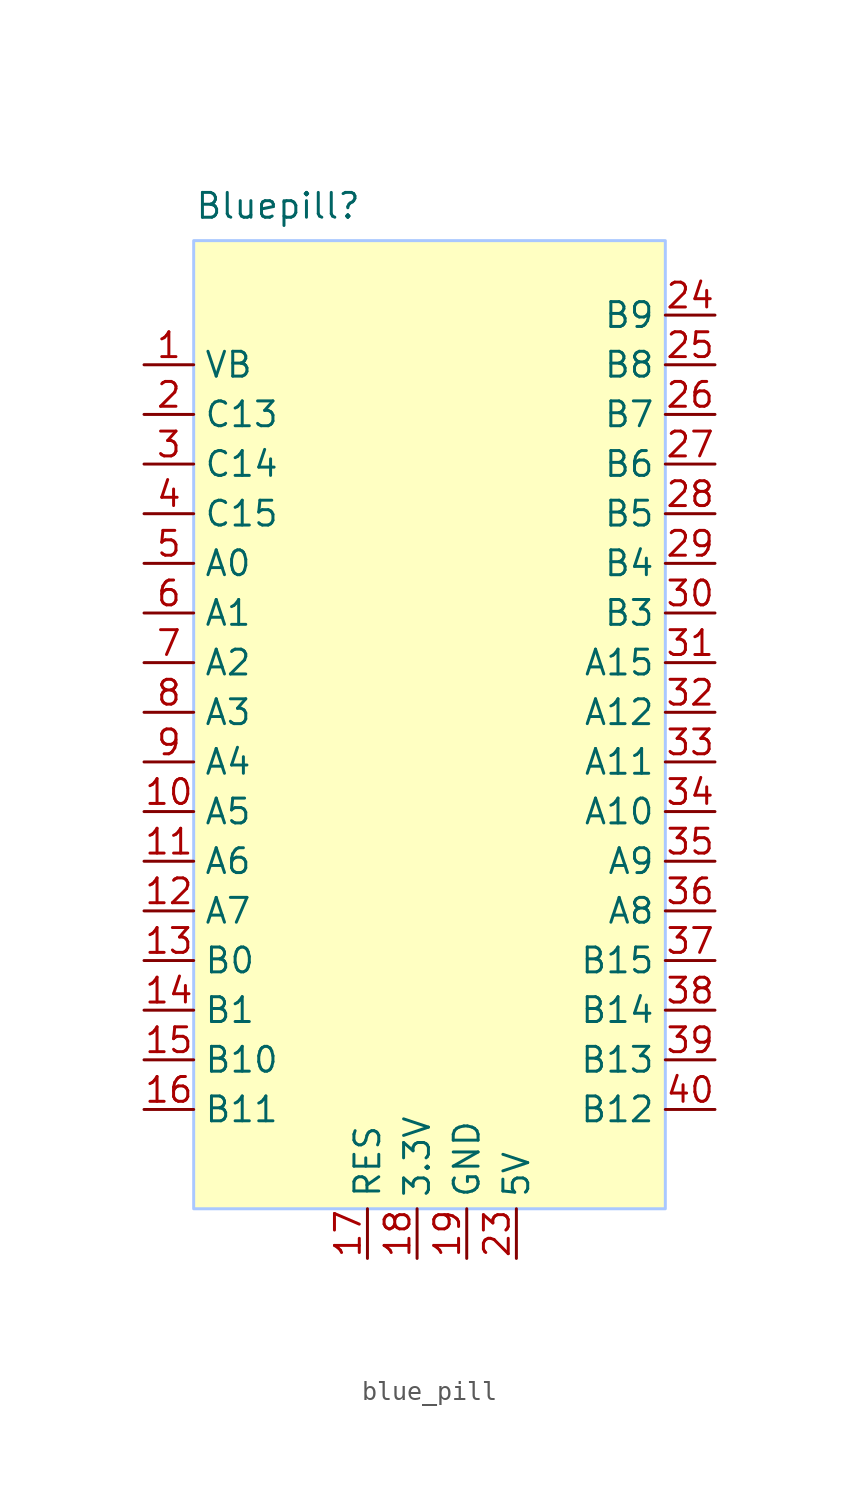
<source format=kicad_sym>
(kicad_symbol_lib
  (version 20231120)
  (generator "kicad_symbol_editor")
  (generator_version "8.0")
  (symbol "blue_pill"
    (property "Reference" "Bluepill"
      (at -8.382 25.908 0)
      (effects (font (size 1.27 1.27))))
    (property "Value" ""
      (at -15.24 17.78 0)
      (effects (font (size 1.27 1.27))))
    (symbol "blue_pill_0_0"
      (pin unspecified line (at -15.24 17.78 0) (length 2.54) (name "VB" (effects (font (size 1.27 1.27)))) (number "1" (effects (font (size 1.27 1.27)))))
      (pin bidirectional line (at -15.24 -5.08 0) (length 2.54) (name "A5" (effects (font (size 1.27 1.27)))) (number "10" (effects (font (size 1.27 1.27)))))
      (pin bidirectional line (at -15.24 -7.62 0) (length 2.54) (name "A6" (effects (font (size 1.27 1.27)))) (number "11" (effects (font (size 1.27 1.27)))))
      (pin bidirectional line (at -15.24 -10.16 0) (length 2.54) (name "A7" (effects (font (size 1.27 1.27)))) (number "12" (effects (font (size 1.27 1.27)))))
      (pin bidirectional line (at -15.24 -12.7 0) (length 2.54) (name "B0" (effects (font (size 1.27 1.27)))) (number "13" (effects (font (size 1.27 1.27)))))
      (pin bidirectional line (at -15.24 -15.24 0) (length 2.54) (name "B1" (effects (font (size 1.27 1.27)))) (number "14" (effects (font (size 1.27 1.27)))))
      (pin bidirectional line (at -15.24 -17.78 0) (length 2.54) (name "B10" (effects (font (size 1.27 1.27)))) (number "15" (effects (font (size 1.27 1.27)))))
      (pin bidirectional line (at -15.24 -20.32 0) (length 2.54) (name "B11" (effects (font (size 1.27 1.27)))) (number "16" (effects (font (size 1.27 1.27)))))
      (pin bidirectional line (at -15.24 15.24 0) (length 2.54) (name "C13" (effects (font (size 1.27 1.27)))) (number "2" (effects (font (size 1.27 1.27)))))
      (pin bidirectional line (at 13.97 15.24 180) (length 2.54) (name "B7" (effects (font (size 1.27 1.27)))) (number "26" (effects (font (size 1.27 1.27)))))
      (pin bidirectional line (at 13.97 12.7 180) (length 2.54) (name "B6" (effects (font (size 1.27 1.27)))) (number "27" (effects (font (size 1.27 1.27)))))
      (pin bidirectional line (at 13.97 10.16 180) (length 2.54) (name "B5" (effects (font (size 1.27 1.27)))) (number "28" (effects (font (size 1.27 1.27)))))
      (pin bidirectional line (at 13.97 7.62 180) (length 2.54) (name "B4" (effects (font (size 1.27 1.27)))) (number "29" (effects (font (size 1.27 1.27)))))
      (pin bidirectional line (at -15.24 12.7 0) (length 2.54) (name "C14" (effects (font (size 1.27 1.27)))) (number "3" (effects (font (size 1.27 1.27)))))
      (pin bidirectional line (at 13.97 5.08 180) (length 2.54) (name "B3" (effects (font (size 1.27 1.27)))) (number "30" (effects (font (size 1.27 1.27)))))
      (pin bidirectional line (at 13.97 0 180) (length 2.54) (name "A12" (effects (font (size 1.27 1.27)))) (number "32" (effects (font (size 1.27 1.27)))))
      (pin bidirectional line (at 13.97 -2.54 180) (length 2.54) (name "A11" (effects (font (size 1.27 1.27)))) (number "33" (effects (font (size 1.27 1.27)))))
      (pin bidirectional line (at 13.97 -5.08 180) (length 2.54) (name "A10" (effects (font (size 1.27 1.27)))) (number "34" (effects (font (size 1.27 1.27)))))
      (pin bidirectional line (at 13.97 -7.62 180) (length 2.54) (name "A9" (effects (font (size 1.27 1.27)))) (number "35" (effects (font (size 1.27 1.27)))))
      (pin bidirectional line (at 13.97 -10.16 180) (length 2.54) (name "A8" (effects (font (size 1.27 1.27)))) (number "36" (effects (font (size 1.27 1.27)))))
      (pin bidirectional line (at 13.97 -12.7 180) (length 2.54) (name "B15" (effects (font (size 1.27 1.27)))) (number "37" (effects (font (size 1.27 1.27)))))
      (pin bidirectional line (at 13.97 -15.24 180) (length 2.54) (name "B14" (effects (font (size 1.27 1.27)))) (number "38" (effects (font (size 1.27 1.27)))))
      (pin bidirectional line (at 13.97 -17.78 180) (length 2.54) (name "B13" (effects (font (size 1.27 1.27)))) (number "39" (effects (font (size 1.27 1.27)))))
      (pin bidirectional line (at -15.24 10.16 0) (length 2.54) (name "C15" (effects (font (size 1.27 1.27)))) (number "4" (effects (font (size 1.27 1.27)))))
      (pin bidirectional line (at 13.97 -20.32 180) (length 2.54) (name "B12" (effects (font (size 1.27 1.27)))) (number "40" (effects (font (size 1.27 1.27)))))
      (pin bidirectional line (at -15.24 7.62 0) (length 2.54) (name "A0" (effects (font (size 1.27 1.27)))) (number "5" (effects (font (size 1.27 1.27)))))
      (pin bidirectional line (at -15.24 5.08 0) (length 2.54) (name "A1" (effects (font (size 1.27 1.27)))) (number "6" (effects (font (size 1.27 1.27)))))
      (pin bidirectional line (at -15.24 2.54 0) (length 2.54) (name "A2" (effects (font (size 1.27 1.27)))) (number "7" (effects (font (size 1.27 1.27)))))
      (pin bidirectional line (at -15.24 0 0) (length 2.54) (name "A3" (effects (font (size 1.27 1.27)))) (number "8" (effects (font (size 1.27 1.27)))))
      (pin bidirectional line (at -15.24 -2.54 0) (length 2.54) (name "A4" (effects (font (size 1.27 1.27)))) (number "9" (effects (font (size 1.27 1.27))))))
    (symbol "blue_pill_1_0"
      (pin power_in line (at -1.27 -27.94 90) (length 2.54) (name "3.3V" (effects (font (size 1.27 1.27)))) (number "18" (effects (font (size 1.27 1.27)))))
      (pin power_in line (at 1.27 -27.94 90) (length 2.54) (name "GND" (effects (font (size 1.27 1.27)))) (number "19" (effects (font (size 1.27 1.27)))))
      (pin power_in line (at 3.81 -27.94 90) (length 2.54) (name "5V" (effects (font (size 1.27 1.27)))) (number "23" (effects (font (size 1.27 1.27)))))
      (pin bidirectional line (at 13.97 20.32 180) (length 2.54) (name "B9" (effects (font (size 1.27 1.27)))) (number "24" (effects (font (size 1.27 1.27)))))
      (pin bidirectional line (at 13.97 17.78 180) (length 2.54) (name "B8" (effects (font (size 1.27 1.27)))) (number "25" (effects (font (size 1.27 1.27)))))
      (pin bidirectional line (at 13.97 2.54 180) (length 2.54) (name "A15" (effects (font (size 1.27 1.27)))) (number "31" (effects (font (size 1.27 1.27))))))
    (symbol "blue_pill_1_1"
      (rectangle (start -12.7 24.13) (end 11.43 -25.4) (stroke (width 0) (type default) (color 169 200 255 1)) (fill (type background)))
      (pin unspecified line (at -3.81 -27.94 90) (length 2.54) (name "RES" (effects (font (size 1.27 1.27)))) (number "17" (effects (font (size 1.27 1.27))))))))
</source>
